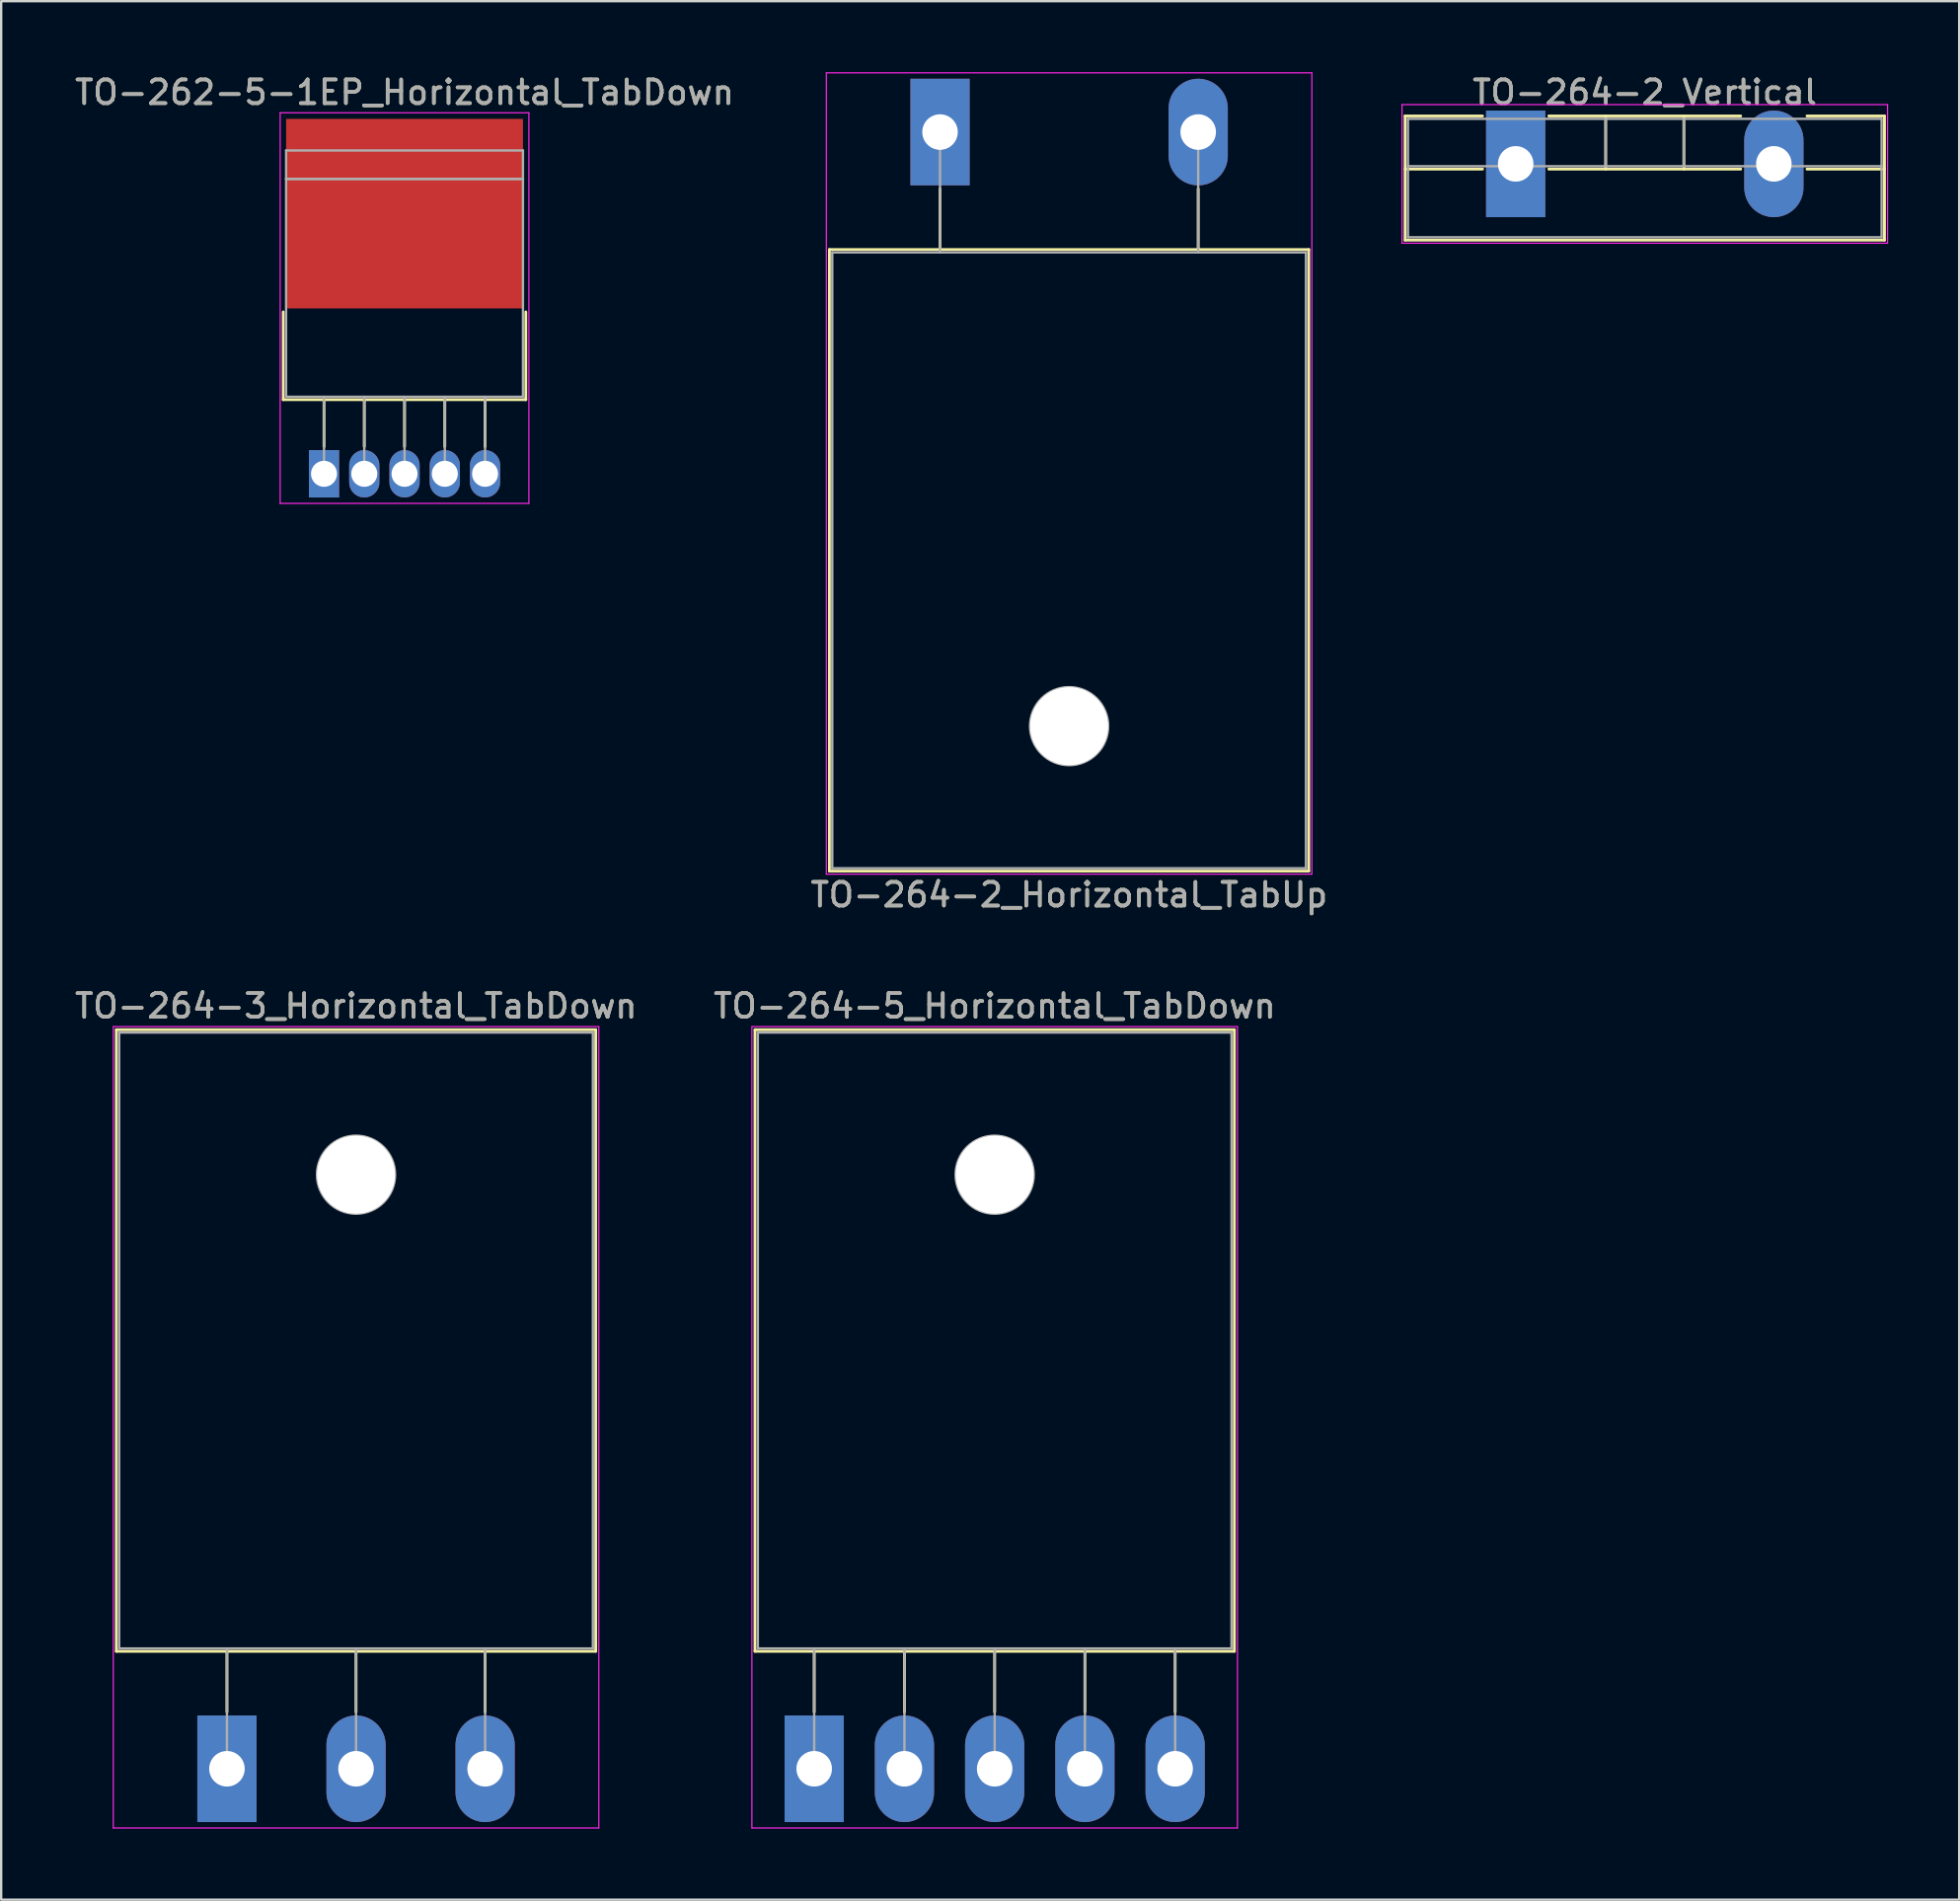
<source format=kicad_pcb>
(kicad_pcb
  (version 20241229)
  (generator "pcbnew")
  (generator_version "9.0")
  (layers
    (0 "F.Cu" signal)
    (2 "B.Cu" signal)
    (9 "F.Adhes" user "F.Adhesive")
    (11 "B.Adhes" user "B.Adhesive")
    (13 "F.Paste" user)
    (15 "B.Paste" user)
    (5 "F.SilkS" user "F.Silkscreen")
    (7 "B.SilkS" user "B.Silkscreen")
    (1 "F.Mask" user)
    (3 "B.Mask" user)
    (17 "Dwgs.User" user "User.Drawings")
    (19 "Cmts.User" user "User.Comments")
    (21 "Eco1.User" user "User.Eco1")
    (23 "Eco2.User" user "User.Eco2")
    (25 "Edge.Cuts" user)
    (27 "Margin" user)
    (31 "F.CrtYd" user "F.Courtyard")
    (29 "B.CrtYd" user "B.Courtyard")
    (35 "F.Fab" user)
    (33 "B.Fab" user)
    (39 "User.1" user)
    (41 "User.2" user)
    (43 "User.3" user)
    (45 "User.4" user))
  (footprint "TO-264-3_Horizontal_TabDown"
    (layer "F.Cu")
    (at 6.532 71.621)
    (property "Reference" "TO-264-3_Horizontal_TabDown" (at 5.45 -32.2 0) (layer "F.SilkS") (effects (font (size 1 1) (thickness 0.15))))
    (attr through_hole)
    (fp_line (start -4.67 -31.2) (end -4.67 -4.96) (stroke (width 0.12) (type solid)) (layer "F.SilkS"))
    (fp_line (start -4.67 -31.2) (end 15.57 -31.2) (stroke (width 0.12) (type solid)) (layer "F.SilkS"))
    (fp_line (start -4.67 -4.96) (end 15.57 -4.96) (stroke (width 0.12) (type solid)) (layer "F.SilkS"))
    (fp_line (start 0 -4.96) (end 0 -2.4) (stroke (width 0.12) (type solid)) (layer "F.SilkS"))
    (fp_line (start 5.45 -4.96) (end 5.45 -2.4) (stroke (width 0.12) (type solid)) (layer "F.SilkS"))
    (fp_line (start 10.9 -4.96) (end 10.9 -2.4) (stroke (width 0.12) (type solid)) (layer "F.SilkS"))
    (fp_line (start 15.57 -31.2) (end 15.57 -4.96) (stroke (width 0.12) (type solid)) (layer "F.SilkS"))
    (fp_line (start -4.8 -31.33) (end -4.8 2.5) (stroke (width 0.05) (type solid)) (layer "F.CrtYd"))
    (fp_line (start -4.8 2.5) (end 15.7 2.5) (stroke (width 0.05) (type solid)) (layer "F.CrtYd"))
    (fp_line (start 15.7 -31.33) (end -4.8 -31.33) (stroke (width 0.05) (type solid)) (layer "F.CrtYd"))
    (fp_line (start 15.7 2.5) (end 15.7 -31.33) (stroke (width 0.05) (type solid)) (layer "F.CrtYd"))
    (fp_line (start -4.55 -31.08) (end 15.45 -31.08) (stroke (width 0.1) (type solid)) (layer "F.Fab"))
    (fp_line (start -4.55 -5.08) (end -4.55 -31.08) (stroke (width 0.1) (type solid)) (layer "F.Fab"))
    (fp_line (start 0 -5.08) (end 0 0) (stroke (width 0.1) (type solid)) (layer "F.Fab"))
    (fp_line (start 5.45 -5.08) (end 5.45 0) (stroke (width 0.1) (type solid)) (layer "F.Fab"))
    (fp_line (start 10.9 -5.08) (end 10.9 0) (stroke (width 0.1) (type solid)) (layer "F.Fab"))
    (fp_line (start 15.45 -31.08) (end 15.45 -5.08) (stroke (width 0.1) (type solid)) (layer "F.Fab"))
    (fp_line (start 15.45 -5.08) (end -4.55 -5.08) (stroke (width 0.1) (type solid)) (layer "F.Fab"))
    (fp_circle (center 5.45 -25.08) (end 7.1 -25.08) (stroke (width 0.1) (type solid)) (fill no) (layer "F.Fab"))
    (fp_text user "${REFERENCE}" (at 5.45 -32.2 0) (layer "F.Fab") (effects (font (size 1 1) (thickness 0.15))))
    (pad "" np_thru_hole oval (at 5.45 -25.08) (size 3.3 3.3) (drill 3.3) (layers "*.Cu" "*.Mask"))
    (pad "1" thru_hole rect (at 0 0) (size 2.5 4.5) (drill 1.5) (layers "*.Cu" "*.Mask"))
    (pad "2" thru_hole oval (at 5.45 0) (size 2.5 4.5) (drill 1.5) (layers "*.Cu" "*.Mask"))
    (pad "3" thru_hole oval (at 10.9 0) (size 2.5 4.5) (drill 1.5) (layers "*.Cu" "*.Mask")))
  (footprint "TO-264-2_Vertical"
    (layer "F.Cu")
    (at 60.944 3.868)
    (property "Reference" "TO-264-2_Vertical" (at 5.45 -3.02 0) (layer "F.SilkS") (effects (font (size 1 1) (thickness 0.15))))
    (attr through_hole)
    (fp_line (start -4.67 -2.021) (end -4.67 3.22) (stroke (width 0.12) (type solid)) (layer "F.SilkS"))
    (fp_line (start -4.67 -2.021) (end -1.4 -2.021) (stroke (width 0.12) (type solid)) (layer "F.SilkS"))
    (fp_line (start -4.67 0.22) (end -1.4 0.22) (stroke (width 0.12) (type solid)) (layer "F.SilkS"))
    (fp_line (start -4.67 3.22) (end 15.57 3.22) (stroke (width 0.12) (type solid)) (layer "F.SilkS"))
    (fp_line (start 1.4 -2.021) (end 9.5 -2.021) (stroke (width 0.12) (type solid)) (layer "F.SilkS"))
    (fp_line (start 1.4 0.22) (end 9.5 0.22) (stroke (width 0.12) (type solid)) (layer "F.SilkS"))
    (fp_line (start 3.8 -2.021) (end 3.8 0.22) (stroke (width 0.12) (type solid)) (layer "F.SilkS"))
    (fp_line (start 7.1 -2.021) (end 7.1 0.22) (stroke (width 0.12) (type solid)) (layer "F.SilkS"))
    (fp_line (start 12.3 -2.021) (end 15.57 -2.021) (stroke (width 0.12) (type solid)) (layer "F.SilkS"))
    (fp_line (start 12.3 0.22) (end 15.57 0.22) (stroke (width 0.12) (type solid)) (layer "F.SilkS"))
    (fp_line (start 15.57 -2.021) (end 15.57 3.22) (stroke (width 0.12) (type solid)) (layer "F.SilkS"))
    (fp_line (start -4.8 -2.5) (end -4.8 3.35) (stroke (width 0.05) (type solid)) (layer "F.CrtYd"))
    (fp_line (start -4.8 3.35) (end 15.7 3.35) (stroke (width 0.05) (type solid)) (layer "F.CrtYd"))
    (fp_line (start 15.7 -2.5) (end -4.8 -2.5) (stroke (width 0.05) (type solid)) (layer "F.CrtYd"))
    (fp_line (start 15.7 3.35) (end 15.7 -2.5) (stroke (width 0.05) (type solid)) (layer "F.CrtYd"))
    (fp_line (start -4.55 -1.9) (end -4.55 3.1) (stroke (width 0.1) (type solid)) (layer "F.Fab"))
    (fp_line (start -4.55 0.1) (end 15.45 0.1) (stroke (width 0.1) (type solid)) (layer "F.Fab"))
    (fp_line (start -4.55 3.1) (end 15.45 3.1) (stroke (width 0.1) (type solid)) (layer "F.Fab"))
    (fp_line (start 3.8 -1.9) (end 3.8 0.1) (stroke (width 0.1) (type solid)) (layer "F.Fab"))
    (fp_line (start 7.1 -1.9) (end 7.1 0.1) (stroke (width 0.1) (type solid)) (layer "F.Fab"))
    (fp_line (start 15.45 -1.9) (end -4.55 -1.9) (stroke (width 0.1) (type solid)) (layer "F.Fab"))
    (fp_line (start 15.45 3.1) (end 15.45 -1.9) (stroke (width 0.1) (type solid)) (layer "F.Fab"))
    (fp_text user "${REFERENCE}" (at 5.45 -3.02 0) (layer "F.Fab") (effects (font (size 1 1) (thickness 0.15))))
    (pad "1" thru_hole rect (at 0 0) (size 2.5 4.5) (drill 1.5) (layers "*.Cu" "*.Mask"))
    (pad "2" thru_hole oval (at 10.9 0) (size 2.5 4.5) (drill 1.5) (layers "*.Cu" "*.Mask")))
  (footprint "TO-264-2_Horizontal_TabUp"
    (layer "F.Cu")
    (at 36.639 2.525)
    (property "Reference" "TO-264-2_Horizontal_TabUp" (at 5.45 32.2 0) (layer "F.SilkS") (effects (font (size 1 1) (thickness 0.15))))
    (attr through_hole)
    (fp_line (start -4.67 4.96) (end -4.67 31.2) (stroke (width 0.12) (type solid)) (layer "F.SilkS"))
    (fp_line (start -4.67 4.96) (end 15.57 4.96) (stroke (width 0.12) (type solid)) (layer "F.SilkS"))
    (fp_line (start -4.67 31.2) (end 15.57 31.2) (stroke (width 0.12) (type solid)) (layer "F.SilkS"))
    (fp_line (start 0 2.4) (end 0 4.96) (stroke (width 0.12) (type solid)) (layer "F.SilkS"))
    (fp_line (start 10.9 2.4) (end 10.9 4.96) (stroke (width 0.12) (type solid)) (layer "F.SilkS"))
    (fp_line (start 15.57 4.96) (end 15.57 31.2) (stroke (width 0.12) (type solid)) (layer "F.SilkS"))
    (fp_line (start -4.8 -2.5) (end -4.8 31.33) (stroke (width 0.05) (type solid)) (layer "F.CrtYd"))
    (fp_line (start -4.8 31.33) (end 15.7 31.33) (stroke (width 0.05) (type solid)) (layer "F.CrtYd"))
    (fp_line (start 15.7 -2.5) (end -4.8 -2.5) (stroke (width 0.05) (type solid)) (layer "F.CrtYd"))
    (fp_line (start 15.7 31.33) (end 15.7 -2.5) (stroke (width 0.05) (type solid)) (layer "F.CrtYd"))
    (fp_line (start -4.55 5.08) (end -4.55 31.08) (stroke (width 0.1) (type solid)) (layer "F.Fab"))
    (fp_line (start -4.55 31.08) (end 15.45 31.08) (stroke (width 0.1) (type solid)) (layer "F.Fab"))
    (fp_line (start 0 5.08) (end 0 0) (stroke (width 0.1) (type solid)) (layer "F.Fab"))
    (fp_line (start 10.9 5.08) (end 10.9 0) (stroke (width 0.1) (type solid)) (layer "F.Fab"))
    (fp_line (start 15.45 5.08) (end -4.55 5.08) (stroke (width 0.1) (type solid)) (layer "F.Fab"))
    (fp_line (start 15.45 31.08) (end 15.45 5.08) (stroke (width 0.1) (type solid)) (layer "F.Fab"))
    (fp_circle (center 5.45 25.08) (end 7.1 25.08) (stroke (width 0.1) (type solid)) (fill no) (layer "F.Fab"))
    (fp_text user "${REFERENCE}" (at 5.45 32.2 0) (layer "F.Fab") (effects (font (size 1 1) (thickness 0.15))))
    (pad "" np_thru_hole oval (at 5.45 25.08) (size 3.3 3.3) (drill 3.3) (layers "*.Cu" "*.Mask"))
    (pad "1" thru_hole rect (at 0 0) (size 2.5 4.5) (drill 1.5) (layers "*.Cu" "*.Mask"))
    (pad "2" thru_hole oval (at 10.9 0) (size 2.5 4.5) (drill 1.5) (layers "*.Cu" "*.Mask")))
  (footprint "TO-264-5_Horizontal_TabDown"
    (layer "F.Cu")
    (at 31.326 71.621)
    (property "Reference" "TO-264-5_Horizontal_TabDown" (at 7.62 -32.2 0) (layer "F.SilkS") (effects (font (size 1 1) (thickness 0.15))))
    (attr through_hole)
    (fp_line (start -2.5 -31.2) (end -2.5 -4.96) (stroke (width 0.12) (type solid)) (layer "F.SilkS"))
    (fp_line (start -2.5 -31.2) (end 17.74 -31.2) (stroke (width 0.12) (type solid)) (layer "F.SilkS"))
    (fp_line (start -2.5 -4.96) (end 17.74 -4.96) (stroke (width 0.12) (type solid)) (layer "F.SilkS"))
    (fp_line (start 0 -4.96) (end 0 -2.4) (stroke (width 0.12) (type solid)) (layer "F.SilkS"))
    (fp_line (start 3.81 -4.96) (end 3.81 -2.4) (stroke (width 0.12) (type solid)) (layer "F.SilkS"))
    (fp_line (start 7.62 -4.96) (end 7.62 -2.4) (stroke (width 0.12) (type solid)) (layer "F.SilkS"))
    (fp_line (start 11.43 -4.96) (end 11.43 -2.4) (stroke (width 0.12) (type solid)) (layer "F.SilkS"))
    (fp_line (start 15.24 -4.96) (end 15.24 -2.4) (stroke (width 0.12) (type solid)) (layer "F.SilkS"))
    (fp_line (start 17.74 -31.2) (end 17.74 -4.96) (stroke (width 0.12) (type solid)) (layer "F.SilkS"))
    (fp_line (start -2.63 -31.33) (end -2.63 2.5) (stroke (width 0.05) (type solid)) (layer "F.CrtYd"))
    (fp_line (start -2.63 2.5) (end 17.87 2.5) (stroke (width 0.05) (type solid)) (layer "F.CrtYd"))
    (fp_line (start 17.87 -31.33) (end -2.63 -31.33) (stroke (width 0.05) (type solid)) (layer "F.CrtYd"))
    (fp_line (start 17.87 2.5) (end 17.87 -31.33) (stroke (width 0.05) (type solid)) (layer "F.CrtYd"))
    (fp_line (start -2.38 -31.08) (end 17.62 -31.08) (stroke (width 0.1) (type solid)) (layer "F.Fab"))
    (fp_line (start -2.38 -5.08) (end -2.38 -31.08) (stroke (width 0.1) (type solid)) (layer "F.Fab"))
    (fp_line (start 0 -5.08) (end 0 0) (stroke (width 0.1) (type solid)) (layer "F.Fab"))
    (fp_line (start 3.81 -5.08) (end 3.81 0) (stroke (width 0.1) (type solid)) (layer "F.Fab"))
    (fp_line (start 7.62 -5.08) (end 7.62 0) (stroke (width 0.1) (type solid)) (layer "F.Fab"))
    (fp_line (start 11.43 -5.08) (end 11.43 0) (stroke (width 0.1) (type solid)) (layer "F.Fab"))
    (fp_line (start 15.24 -5.08) (end 15.24 0) (stroke (width 0.1) (type solid)) (layer "F.Fab"))
    (fp_line (start 17.62 -31.08) (end 17.62 -5.08) (stroke (width 0.1) (type solid)) (layer "F.Fab"))
    (fp_line (start 17.62 -5.08) (end -2.38 -5.08) (stroke (width 0.1) (type solid)) (layer "F.Fab"))
    (fp_circle (center 7.62 -25.08) (end 9.27 -25.08) (stroke (width 0.1) (type solid)) (fill no) (layer "F.Fab"))
    (fp_text user "${REFERENCE}" (at 7.62 -32.2 0) (layer "F.Fab") (effects (font (size 1 1) (thickness 0.15))))
    (pad "" np_thru_hole oval (at 7.62 -25.08) (size 3.3 3.3) (drill 3.3) (layers "*.Cu" "*.Mask"))
    (pad "1" thru_hole rect (at 0 0) (size 2.5 4.5) (drill 1.5) (layers "*.Cu" "*.Mask"))
    (pad "2" thru_hole oval (at 3.81 0) (size 2.5 4.5) (drill 1.5) (layers "*.Cu" "*.Mask"))
    (pad "3" thru_hole oval (at 7.62 0) (size 2.5 4.5) (drill 1.5) (layers "*.Cu" "*.Mask"))
    (pad "4" thru_hole oval (at 11.43 0) (size 2.5 4.5) (drill 1.5) (layers "*.Cu" "*.Mask"))
    (pad "5" thru_hole oval (at 15.24 0) (size 2.5 4.5) (drill 1.5) (layers "*.Cu" "*.Mask")))
  (footprint "TO-262-5-1EP_Horizontal_TabDown"
    (layer "F.Cu")
    (at 10.63 16.952)
    (property "Reference" "TO-262-5-1EP_Horizontal_TabDown" (at 3.4 -16.103 0) (layer "F.SilkS") (effects (font (size 1 1) (thickness 0.15))))
    (attr through_hole)
    (fp_line (start -1.721 -6.834) (end -1.721 -3.13) (stroke (width 0.12) (type solid)) (layer "F.SilkS"))
    (fp_line (start -1.721 -3.13) (end 8.52 -3.13) (stroke (width 0.12) (type solid)) (layer "F.SilkS"))
    (fp_line (start 0 -3.13) (end 0 -1.15) (stroke (width 0.12) (type solid)) (layer "F.SilkS"))
    (fp_line (start 1.7 -3.13) (end 1.7 -1.15) (stroke (width 0.12) (type solid)) (layer "F.SilkS"))
    (fp_line (start 3.4 -3.13) (end 3.4 -1.15) (stroke (width 0.12) (type solid)) (layer "F.SilkS"))
    (fp_line (start 5.1 -3.13) (end 5.1 -1.15) (stroke (width 0.12) (type solid)) (layer "F.SilkS"))
    (fp_line (start 6.8 -3.13) (end 6.8 -1.15) (stroke (width 0.12) (type solid)) (layer "F.SilkS"))
    (fp_line (start 8.52 -6.834) (end 8.52 -3.13) (stroke (width 0.12) (type solid)) (layer "F.SilkS"))
    (fp_line (start -1.85 -15.24) (end -1.85 1.25) (stroke (width 0.05) (type solid)) (layer "F.CrtYd"))
    (fp_line (start -1.85 1.25) (end 8.65 1.25) (stroke (width 0.05) (type solid)) (layer "F.CrtYd"))
    (fp_line (start 8.65 -15.24) (end -1.85 -15.24) (stroke (width 0.05) (type solid)) (layer "F.CrtYd"))
    (fp_line (start 8.65 1.25) (end 8.65 -15.24) (stroke (width 0.05) (type solid)) (layer "F.CrtYd"))
    (fp_line (start -1.6 -13.65) (end 8.4 -13.65) (stroke (width 0.1) (type solid)) (layer "F.Fab"))
    (fp_line (start -1.6 -12.45) (end -1.6 -13.65) (stroke (width 0.1) (type solid)) (layer "F.Fab"))
    (fp_line (start -1.6 -12.45) (end 8.4 -12.45) (stroke (width 0.1) (type solid)) (layer "F.Fab"))
    (fp_line (start -1.6 -3.25) (end -1.6 -12.45) (stroke (width 0.1) (type solid)) (layer "F.Fab"))
    (fp_line (start 0 -3.25) (end 0 0) (stroke (width 0.1) (type solid)) (layer "F.Fab"))
    (fp_line (start 1.7 -3.25) (end 1.7 0) (stroke (width 0.1) (type solid)) (layer "F.Fab"))
    (fp_line (start 3.4 -3.25) (end 3.4 0) (stroke (width 0.1) (type solid)) (layer "F.Fab"))
    (fp_line (start 5.1 -3.25) (end 5.1 0) (stroke (width 0.1) (type solid)) (layer "F.Fab"))
    (fp_line (start 6.8 -3.25) (end 6.8 0) (stroke (width 0.1) (type solid)) (layer "F.Fab"))
    (fp_line (start 8.4 -13.65) (end 8.4 -12.45) (stroke (width 0.1) (type solid)) (layer "F.Fab"))
    (fp_line (start 8.4 -12.45) (end -1.6 -12.45) (stroke (width 0.1) (type solid)) (layer "F.Fab"))
    (fp_line (start 8.4 -12.45) (end 8.4 -3.25) (stroke (width 0.1) (type solid)) (layer "F.Fab"))
    (fp_line (start 8.4 -3.25) (end -1.6 -3.25) (stroke (width 0.1) (type solid)) (layer "F.Fab"))
    (fp_text user "${REFERENCE}" (at 3.4 -16.103 0) (layer "F.Fab") (effects (font (size 1 1) (thickness 0.15))))
    (pad "1" thru_hole rect (at 0 0) (size 1.275 2) (drill 1.1) (layers "*.Cu" "*.Mask"))
    (pad "2" thru_hole oval (at 1.7 0) (size 1.275 2) (drill 1.1) (layers "*.Cu" "*.Mask"))
    (pad "3" thru_hole oval (at 3.4 0) (size 1.275 2) (drill 1.1) (layers "*.Cu" "*.Mask"))
    (pad "4" thru_hole oval (at 5.1 0) (size 1.275 2) (drill 1.1) (layers "*.Cu" "*.Mask"))
    (pad "5" thru_hole oval (at 6.8 0) (size 1.275 2) (drill 1.1) (layers "*.Cu" "*.Mask"))
    (pad "6" smd rect (at 3.4 -10.983) (size 10 8) (layers "F.Cu" "F.Mask" "F.Paste")))
  (gr_rect
    (start -3 -3)
    (end 79.669 77.147)
    (stroke (width 0.1) (type default))
    (fill no)
    (layer "Edge.Cuts")))
</source>
